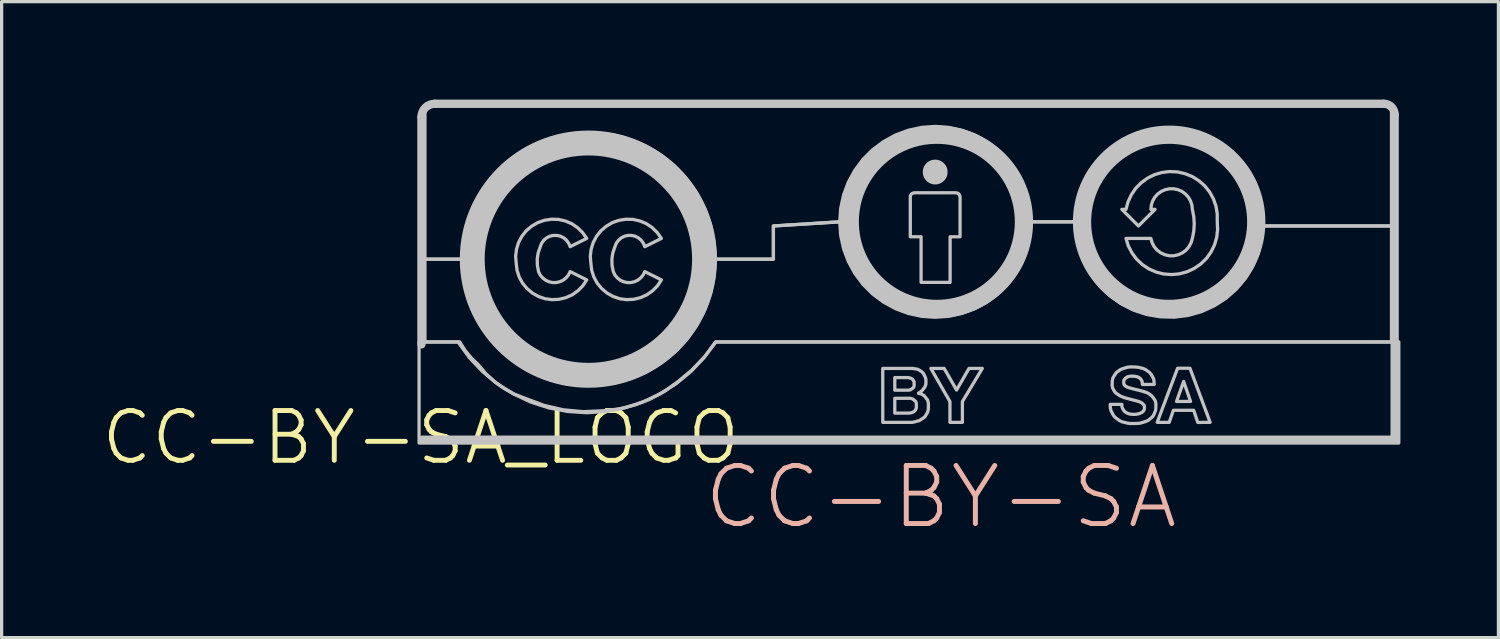
<source format=kicad_pcb>
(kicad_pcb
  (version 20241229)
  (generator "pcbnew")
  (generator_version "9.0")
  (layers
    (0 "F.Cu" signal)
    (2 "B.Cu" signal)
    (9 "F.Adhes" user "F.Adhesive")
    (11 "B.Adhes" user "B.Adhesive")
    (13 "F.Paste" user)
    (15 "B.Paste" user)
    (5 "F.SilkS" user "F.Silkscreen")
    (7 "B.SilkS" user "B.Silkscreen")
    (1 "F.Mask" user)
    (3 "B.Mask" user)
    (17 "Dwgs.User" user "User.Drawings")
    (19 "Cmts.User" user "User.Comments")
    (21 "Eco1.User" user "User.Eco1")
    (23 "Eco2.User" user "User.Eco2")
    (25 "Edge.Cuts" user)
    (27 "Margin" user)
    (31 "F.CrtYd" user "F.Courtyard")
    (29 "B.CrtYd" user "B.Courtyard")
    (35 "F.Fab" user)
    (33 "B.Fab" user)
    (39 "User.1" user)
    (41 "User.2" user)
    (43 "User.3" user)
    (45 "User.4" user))
  (footprint "CC-BY-SA_LOGO"
    (layer "F.Cu")
    (at 9.833 10.345)
    (property "Reference" "CC-BY-SA_LOGO" (at 0 0 0) (layer "F.SilkS") (effects (font (size 1.524 1.524) (thickness 0.15))))
    (attr exclude_from_pos_files exclude_from_bom)
    (fp_line (start 0.02 -9.812) (end 0.02 -2.852) (stroke (width 0.254) (type solid)) (layer "Dwgs.User"))
    (fp_line (start 0.046 0.066) (end 29.815 0.066) (stroke (width 0.254) (type solid)) (layer "Dwgs.User"))
    (fp_line (start 29.484 -10.218) (end 0.427 -10.218) (stroke (width 0.254) (type solid)) (layer "Dwgs.User"))
    (fp_line (start 29.815 0.066) (end 29.815 -9.888) (stroke (width 0.254) (type solid)) (layer "Dwgs.User"))
    (fp_arc (start 0.02032 -9.81202) (mid 0.139352 -10.099388) (end 0.42672 -10.21842) (stroke (width 0.254) (type solid)) (layer "Dwgs.User"))
    (fp_arc (start 29.48432 -10.21842) (mid 29.717807 -10.121707) (end 29.81452 -9.88822) (stroke (width 0.254) (type solid)) (layer "Dwgs.User"))
    (fp_circle (center 5.131 -5.461) (end 5.131 -9.017) (stroke (width 0.762) (type solid)) (fill no) (layer "Dwgs.User"))
    (fp_circle (center 15.748 -8.128) (end 15.748 -8.509) (stroke (width 0) (type solid)) (fill yes) (layer "Dwgs.User"))
    (fp_circle (center 15.799 -6.604) (end 15.799 -9.271) (stroke (width 0.559) (type solid)) (fill no) (layer "Dwgs.User"))
    (fp_circle (center 22.911 -6.604) (end 22.911 -9.271) (stroke (width 0.559) (type solid)) (fill no) (layer "Dwgs.User"))
    (fp_poly (pts (xy 23.137 -1.105) (xy 23.355 -1.717) (xy 23.566 -1.105) (xy 23.137 -1.105)) (stroke (width 0.1) (type solid)) (fill no) (layer "Dwgs.User"))
    (fp_poly (pts (xy 22.545 -0.465) (xy 23.17 -2.121) (xy 23.548 -2.121) (xy 24.166 -0.465) (xy 23.787 -0.462) (xy 23.663 -0.833) (xy 23.04 -0.833) (xy 22.913 -0.465) (xy 22.545 -0.465)) (stroke (width 0.1) (type solid)) (fill no) (layer "Dwgs.User"))
    (fp_poly (pts (xy 15.616 -2.116) (xy 16.022 -2.116) (xy 16.403 -1.455) (xy 16.784 -2.116) (xy 17.191 -2.116) (xy 16.581 -1.1) (xy 16.581 -0.465) (xy 16.2 -0.465) (xy 16.2 -1.1) (xy 15.616 -2.116)) (stroke (width 0.1) (type solid)) (fill no) (layer "Dwgs.User"))
    (fp_poly (pts (xy 14.511 -1.836) (xy 14.889 -1.836) (xy 14.912 -1.836) (xy 14.971 -1.824) (xy 15.004 -1.814) (xy 15.05 -1.788) (xy 15.07 -1.765) (xy 15.098 -1.714) (xy 15.103 -1.689) (xy 15.103 -1.58) (xy 15.083 -1.529) (xy 15.001 -1.466) (xy 14.948 -1.45) (xy 14.511 -1.45) (xy 14.511 -1.836)) (stroke (width 0.1) (type solid)) (fill no) (layer "Dwgs.User"))
    (fp_poly (pts (xy 14.511 -1.201) (xy 14.989 -1.201) (xy 15.052 -1.184) (xy 15.146 -1.113) (xy 15.171 -1.052) (xy 15.171 -0.925) (xy 15.166 -0.889) (xy 15.136 -0.831) (xy 15.116 -0.81) (xy 15.067 -0.777) (xy 15.037 -0.765) (xy 14.971 -0.749) (xy 14.94 -0.747) (xy 14.511 -0.747) (xy 14.511 -1.201)) (stroke (width 0.1) (type solid)) (fill no) (layer "Dwgs.User"))
    (fp_poly (pts (xy 14.986 -6.096) (xy 14.986 -7.366) (xy 14.991 -7.404) (xy 15.009 -7.44) (xy 15.037 -7.468) (xy 15.072 -7.485) (xy 15.113 -7.493) (xy 16.383 -7.493) (xy 16.421 -7.485) (xy 16.457 -7.468) (xy 16.485 -7.44) (xy 16.502 -7.404) (xy 16.51 -7.366) (xy 16.51 -6.147) (xy 16.205 -6.147) (xy 16.205 -4.75) (xy 15.316 -4.75) (xy 15.316 -6.147) (xy 14.986 -6.147) (xy 14.986 -6.096)) (stroke (width 0.1) (type solid)) (fill no) (layer "Dwgs.User"))
    (fp_poly (pts (xy 14.143 -2.116) (xy 15.057 -2.116) (xy 15.21 -2.09) (xy 15.26 -2.065) (xy 15.337 -2.014) (xy 15.387 -1.963) (xy 15.438 -1.862) (xy 15.464 -1.786) (xy 15.464 -1.633) (xy 15.438 -1.557) (xy 15.362 -1.455) (xy 15.311 -1.405) (xy 15.235 -1.354) (xy 15.337 -1.328) (xy 15.413 -1.278) (xy 15.514 -1.151) (xy 15.54 -1.049) (xy 15.54 -0.871) (xy 15.514 -0.77) (xy 15.438 -0.643) (xy 15.413 -0.617) (xy 15.26 -0.516) (xy 15.057 -0.465) (xy 14.143 -0.465) (xy 14.143 -2.116)) (stroke (width 0.1) (type solid)) (fill no) (layer "Dwgs.User"))
    (fp_poly (pts (xy -0.079 -2.929) (xy 1.189 -2.929) (xy 1.356 -2.667) (xy 1.552 -2.431) (xy 1.773 -2.217) (xy 2.002 -1.946) (xy 2.263 -1.704) (xy 2.553 -1.499) (xy 2.865 -1.328) (xy 3.195 -1.201) (xy 3.767 -0.986) (xy 4.364 -0.848) (xy 4.973 -0.792) (xy 5.583 -0.82) (xy 6.078 -0.876) (xy 6.561 -0.998) (xy 7.026 -1.179) (xy 7.465 -1.417) (xy 7.869 -1.709) (xy 8.303 -2.07) (xy 8.694 -2.479) (xy 9.037 -2.929) (xy 29.942 -2.929) (xy 29.942 0.168) (xy -0.053 0.168) (xy -0.053 -2.929) (xy -0.028 -2.929) (xy -0.079 -2.929)) (stroke (width 0.1) (type solid)) (fill no) (layer "Dwgs.User"))
    (fp_poly (pts (xy 5.08 -6.096) (xy 4.956 -6.271) (xy 4.801 -6.424) (xy 4.623 -6.546) (xy 4.425 -6.629) (xy 4.214 -6.678) (xy 3.995 -6.683) (xy 3.782 -6.65) (xy 3.579 -6.579) (xy 3.393 -6.469) (xy 3.228 -6.33) (xy 3.094 -6.16) (xy 2.992 -5.969) (xy 2.929 -5.763) (xy 2.903 -5.547) (xy 2.921 -5.334) (xy 2.946 -5.121) (xy 3.012 -4.915) (xy 3.114 -4.727) (xy 3.251 -4.562) (xy 3.414 -4.425) (xy 3.602 -4.318) (xy 3.805 -4.249) (xy 4.016 -4.221) (xy 4.232 -4.232) (xy 4.44 -4.282) (xy 4.636 -4.369) (xy 4.811 -4.493) (xy 4.961 -4.646) (xy 5.08 -4.826) (xy 4.572 -5.08) (xy 4.521 -4.976) (xy 4.448 -4.889) (xy 4.359 -4.818) (xy 4.257 -4.77) (xy 4.145 -4.745) (xy 4.031 -4.745) (xy 3.919 -4.77) (xy 3.818 -4.818) (xy 3.729 -4.889) (xy 3.655 -4.976) (xy 3.604 -5.08) (xy 3.569 -5.271) (xy 3.564 -5.464) (xy 3.594 -5.657) (xy 3.658 -5.842) (xy 3.698 -5.946) (xy 3.764 -6.038) (xy 3.848 -6.111) (xy 3.947 -6.162) (xy 4.056 -6.187) (xy 4.171 -6.187) (xy 4.28 -6.162) (xy 4.379 -6.111) (xy 4.463 -6.038) (xy 4.529 -5.946) (xy 4.572 -5.842) (xy 5.08 -6.096)) (stroke (width 0.1) (type solid)) (fill no) (layer "Dwgs.User"))
    (fp_poly (pts (xy 7.366 -6.096) (xy 7.242 -6.271) (xy 7.087 -6.424) (xy 6.909 -6.546) (xy 6.711 -6.629) (xy 6.5 -6.678) (xy 6.281 -6.683) (xy 6.068 -6.65) (xy 5.865 -6.579) (xy 5.679 -6.469) (xy 5.514 -6.33) (xy 5.38 -6.16) (xy 5.278 -5.969) (xy 5.215 -5.763) (xy 5.189 -5.547) (xy 5.207 -5.334) (xy 5.232 -5.121) (xy 5.298 -4.915) (xy 5.4 -4.727) (xy 5.537 -4.562) (xy 5.7 -4.425) (xy 5.888 -4.318) (xy 6.091 -4.249) (xy 6.302 -4.221) (xy 6.518 -4.232) (xy 6.726 -4.282) (xy 6.921 -4.369) (xy 7.097 -4.493) (xy 7.247 -4.646) (xy 7.366 -4.826) (xy 6.858 -5.08) (xy 6.807 -4.976) (xy 6.734 -4.889) (xy 6.645 -4.818) (xy 6.543 -4.77) (xy 6.431 -4.745) (xy 6.317 -4.745) (xy 6.205 -4.77) (xy 6.104 -4.818) (xy 6.015 -4.889) (xy 5.941 -4.976) (xy 5.893 -5.08) (xy 5.855 -5.271) (xy 5.85 -5.464) (xy 5.88 -5.657) (xy 5.944 -5.842) (xy 5.984 -5.946) (xy 6.05 -6.038) (xy 6.134 -6.111) (xy 6.233 -6.162) (xy 6.342 -6.187) (xy 6.457 -6.187) (xy 6.566 -6.162) (xy 6.665 -6.111) (xy 6.749 -6.038) (xy 6.815 -5.946) (xy 6.858 -5.842) (xy 7.366 -6.096)) (stroke (width 0.1) (type solid)) (fill no) (layer "Dwgs.User"))
    (fp_poly (pts (xy 21.971 -6.477) (xy 21.463 -6.985) (xy 21.59 -6.985) (xy 21.651 -7.214) (xy 21.753 -7.432) (xy 21.887 -7.628) (xy 22.055 -7.8) (xy 22.248 -7.94) (xy 22.461 -8.047) (xy 22.692 -8.115) (xy 22.929 -8.143) (xy 23.167 -8.131) (xy 23.401 -8.077) (xy 23.622 -7.988) (xy 23.825 -7.861) (xy 24.003 -7.701) (xy 24.153 -7.513) (xy 24.267 -7.305) (xy 24.346 -7.079) (xy 24.384 -6.843) (xy 24.384 -6.604) (xy 24.394 -6.363) (xy 24.366 -6.124) (xy 24.298 -5.893) (xy 24.191 -5.677) (xy 24.051 -5.481) (xy 23.879 -5.314) (xy 23.68 -5.177) (xy 23.462 -5.075) (xy 23.228 -5.011) (xy 22.99 -4.989) (xy 22.748 -5.006) (xy 22.515 -5.065) (xy 22.294 -5.161) (xy 22.093 -5.293) (xy 21.918 -5.458) (xy 21.773 -5.652) (xy 21.661 -5.865) (xy 21.59 -6.096) (xy 22.352 -6.096) (xy 22.39 -5.961) (xy 22.456 -5.839) (xy 22.545 -5.735) (xy 22.657 -5.652) (xy 22.781 -5.596) (xy 22.916 -5.565) (xy 23.056 -5.565) (xy 23.19 -5.596) (xy 23.315 -5.652) (xy 23.426 -5.735) (xy 23.515 -5.839) (xy 23.581 -5.961) (xy 23.622 -6.096) (xy 23.665 -6.314) (xy 23.68 -6.54) (xy 23.665 -6.764) (xy 23.622 -6.985) (xy 23.607 -7.115) (xy 23.566 -7.242) (xy 23.5 -7.356) (xy 23.411 -7.455) (xy 23.305 -7.534) (xy 23.183 -7.587) (xy 23.053 -7.615) (xy 22.918 -7.615) (xy 22.789 -7.587) (xy 22.669 -7.534) (xy 22.56 -7.455) (xy 22.471 -7.356) (xy 22.405 -7.242) (xy 22.365 -7.115) (xy 22.352 -6.985) (xy 22.479 -6.985) (xy 21.971 -6.477)) (stroke (width 0.1) (type solid)) (fill no) (layer "Dwgs.User"))
    (fp_poly (pts (xy 0.127 -5.461) (xy 0.127 -10.16) (xy 29.718 -10.16) (xy 29.718 -6.477) (xy 25.778 -6.477) (xy 25.758 -6.901) (xy 25.672 -7.32) (xy 25.524 -7.722) (xy 25.319 -8.098) (xy 25.06 -8.435) (xy 24.752 -8.733) (xy 24.407 -8.981) (xy 24.026 -9.177) (xy 23.619 -9.312) (xy 23.2 -9.383) (xy 22.771 -9.393) (xy 22.349 -9.34) (xy 21.938 -9.223) (xy 21.549 -9.045) (xy 21.191 -8.814) (xy 20.871 -8.529) (xy 20.597 -8.202) (xy 20.376 -7.836) (xy 20.211 -7.442) (xy 20.107 -7.028) (xy 20.066 -6.604) (xy 18.669 -6.604) (xy 18.639 -7.018) (xy 18.55 -7.424) (xy 18.405 -7.816) (xy 18.204 -8.181) (xy 17.955 -8.517) (xy 17.661 -8.811) (xy 17.325 -9.06) (xy 16.96 -9.261) (xy 16.568 -9.406) (xy 16.162 -9.495) (xy 15.748 -9.525) (xy 15.331 -9.495) (xy 14.925 -9.406) (xy 14.534 -9.261) (xy 14.168 -9.06) (xy 13.833 -8.811) (xy 13.538 -8.517) (xy 13.289 -8.181) (xy 13.089 -7.816) (xy 12.944 -7.424) (xy 12.855 -7.018) (xy 12.827 -6.604) (xy 10.795 -6.477) (xy 10.795 -5.461) (xy 9.017 -5.461) (xy 8.979 -5.987) (xy 8.872 -6.505) (xy 8.694 -7.003) (xy 8.451 -7.473) (xy 8.146 -7.904) (xy 7.785 -8.291) (xy 7.376 -8.623) (xy 6.924 -8.9) (xy 6.439 -9.108) (xy 5.931 -9.253) (xy 5.408 -9.324) (xy 4.877 -9.324) (xy 4.354 -9.253) (xy 3.846 -9.108) (xy 3.36 -8.9) (xy 2.908 -8.623) (xy 2.499 -8.291) (xy 2.139 -7.904) (xy 1.834 -7.473) (xy 1.59 -7.003) (xy 1.412 -6.505) (xy 1.306 -5.987) (xy 1.27 -5.461) (xy 0.127 -5.461)) (stroke (width 0.1) (type solid)) (fill no) (layer "Dwgs.User"))
    (fp_poly (pts (xy 0.127 -5.461) (xy 1.27 -5.461) (xy 1.306 -4.933) (xy 1.412 -4.415) (xy 1.59 -3.917) (xy 1.834 -3.447) (xy 2.139 -3.015) (xy 2.499 -2.629) (xy 2.908 -2.296) (xy 3.36 -2.019) (xy 3.846 -1.811) (xy 4.354 -1.666) (xy 4.877 -1.595) (xy 5.408 -1.595) (xy 5.931 -1.666) (xy 6.439 -1.811) (xy 6.924 -2.019) (xy 7.376 -2.296) (xy 7.785 -2.629) (xy 8.146 -3.015) (xy 8.451 -3.447) (xy 8.694 -3.917) (xy 8.872 -4.415) (xy 8.979 -4.933) (xy 9.017 -5.461) (xy 10.795 -5.461) (xy 10.795 -6.477) (xy 12.827 -6.604) (xy 12.855 -6.187) (xy 12.944 -5.781) (xy 13.089 -5.39) (xy 13.289 -5.024) (xy 13.538 -4.689) (xy 13.833 -4.394) (xy 14.168 -4.145) (xy 14.534 -3.945) (xy 14.925 -3.8) (xy 15.331 -3.711) (xy 15.748 -3.683) (xy 16.162 -3.711) (xy 16.568 -3.8) (xy 16.96 -3.945) (xy 17.325 -4.145) (xy 17.661 -4.394) (xy 17.955 -4.689) (xy 18.204 -5.024) (xy 18.405 -5.39) (xy 18.55 -5.781) (xy 18.639 -6.187) (xy 18.669 -6.604) (xy 20.066 -6.604) (xy 20.086 -6.177) (xy 20.173 -5.758) (xy 20.32 -5.357) (xy 20.526 -4.981) (xy 20.785 -4.643) (xy 21.092 -4.346) (xy 21.438 -4.097) (xy 21.819 -3.901) (xy 22.225 -3.767) (xy 22.644 -3.696) (xy 23.073 -3.686) (xy 23.495 -3.739) (xy 23.906 -3.856) (xy 24.295 -4.034) (xy 24.653 -4.265) (xy 24.973 -4.549) (xy 25.248 -4.877) (xy 25.469 -5.243) (xy 25.634 -5.636) (xy 25.738 -6.05) (xy 25.778 -6.477) (xy 29.718 -6.477) (xy 29.718 -2.921) (xy 9.017 -2.921) (xy 8.672 -2.446) (xy 8.27 -2.022) (xy 7.818 -1.648) (xy 7.323 -1.336) (xy 6.795 -1.087) (xy 6.238 -0.907) (xy 5.662 -0.798) (xy 5.08 -0.759) (xy 4.496 -0.798) (xy 3.919 -0.907) (xy 3.363 -1.087) (xy 2.835 -1.336) (xy 2.339 -1.648) (xy 1.887 -2.022) (xy 1.486 -2.446) (xy 1.143 -2.921) (xy 0.127 -2.921) (xy 0.127 -5.461)) (stroke (width 0.1) (type solid)) (fill no) (layer "Dwgs.User"))
    (fp_poly (pts (xy 22.451 -1.628) (xy 22.449 -1.722) (xy 22.431 -1.811) (xy 22.36 -1.933) (xy 22.309 -1.994) (xy 22.192 -2.078) (xy 22.118 -2.113) (xy 21.963 -2.151) (xy 21.877 -2.159) (xy 21.73 -2.162) (xy 21.641 -2.154) (xy 21.491 -2.108) (xy 21.425 -2.083) (xy 21.303 -1.996) (xy 21.26 -1.941) (xy 21.189 -1.826) (xy 21.171 -1.748) (xy 21.166 -1.587) (xy 21.181 -1.514) (xy 21.237 -1.41) (xy 21.278 -1.364) (xy 21.387 -1.288) (xy 21.407 -1.275) (xy 21.532 -1.224) (xy 21.656 -1.189) (xy 21.902 -1.125) (xy 21.984 -1.102) (xy 22.029 -1.082) (xy 22.078 -1.057) (xy 22.111 -1.024) (xy 22.141 -0.993) (xy 22.154 -0.963) (xy 22.151 -0.879) (xy 22.144 -0.841) (xy 22.106 -0.792) (xy 22.08 -0.772) (xy 22.024 -0.742) (xy 21.974 -0.726) (xy 21.895 -0.711) (xy 21.826 -0.709) (xy 21.78 -0.711) (xy 21.72 -0.716) (xy 21.659 -0.734) (xy 21.605 -0.757) (xy 21.552 -0.795) (xy 21.519 -0.831) (xy 21.493 -0.876) (xy 21.468 -0.932) (xy 21.463 -0.968) (xy 21.463 -1.016) (xy 21.107 -1.016) (xy 21.11 -0.919) (xy 21.128 -0.826) (xy 21.204 -0.681) (xy 21.252 -0.62) (xy 21.392 -0.518) (xy 21.463 -0.483) (xy 21.615 -0.445) (xy 21.704 -0.429) (xy 21.859 -0.429) (xy 21.928 -0.432) (xy 22.012 -0.437) (xy 22.128 -0.47) (xy 22.197 -0.493) (xy 22.273 -0.528) (xy 22.388 -0.622) (xy 22.433 -0.681) (xy 22.489 -0.81) (xy 22.504 -0.889) (xy 22.504 -1.044) (xy 22.487 -1.125) (xy 22.421 -1.224) (xy 22.36 -1.29) (xy 22.291 -1.341) (xy 22.238 -1.372) (xy 22.164 -1.397) (xy 22.014 -1.44) (xy 21.791 -1.494) (xy 21.648 -1.534) (xy 21.57 -1.577) (xy 21.537 -1.613) (xy 21.524 -1.643) (xy 21.519 -1.699) (xy 21.524 -1.748) (xy 21.557 -1.803) (xy 21.636 -1.859) (xy 21.732 -1.88) (xy 21.839 -1.877) (xy 21.923 -1.862) (xy 21.974 -1.844) (xy 22.029 -1.806) (xy 22.062 -1.76) (xy 22.085 -1.709) (xy 22.093 -1.626) (xy 22.454 -1.626) (xy 22.451 -1.628)) (stroke (width 0.1) (type solid)) (fill no) (layer "Dwgs.User"))
    (fp_text user "CC-BY-SA" (at 15.921 1.819 0) (layer "B.SilkS") (effects (font (size 1.778 1.778) (thickness 0.152)))))
  (gr_rect
    (start -3 -3)
    (end 42.825 16.472)
    (stroke (width 0.1) (type default))
    (fill no)
    (layer "Edge.Cuts")))
</source>
